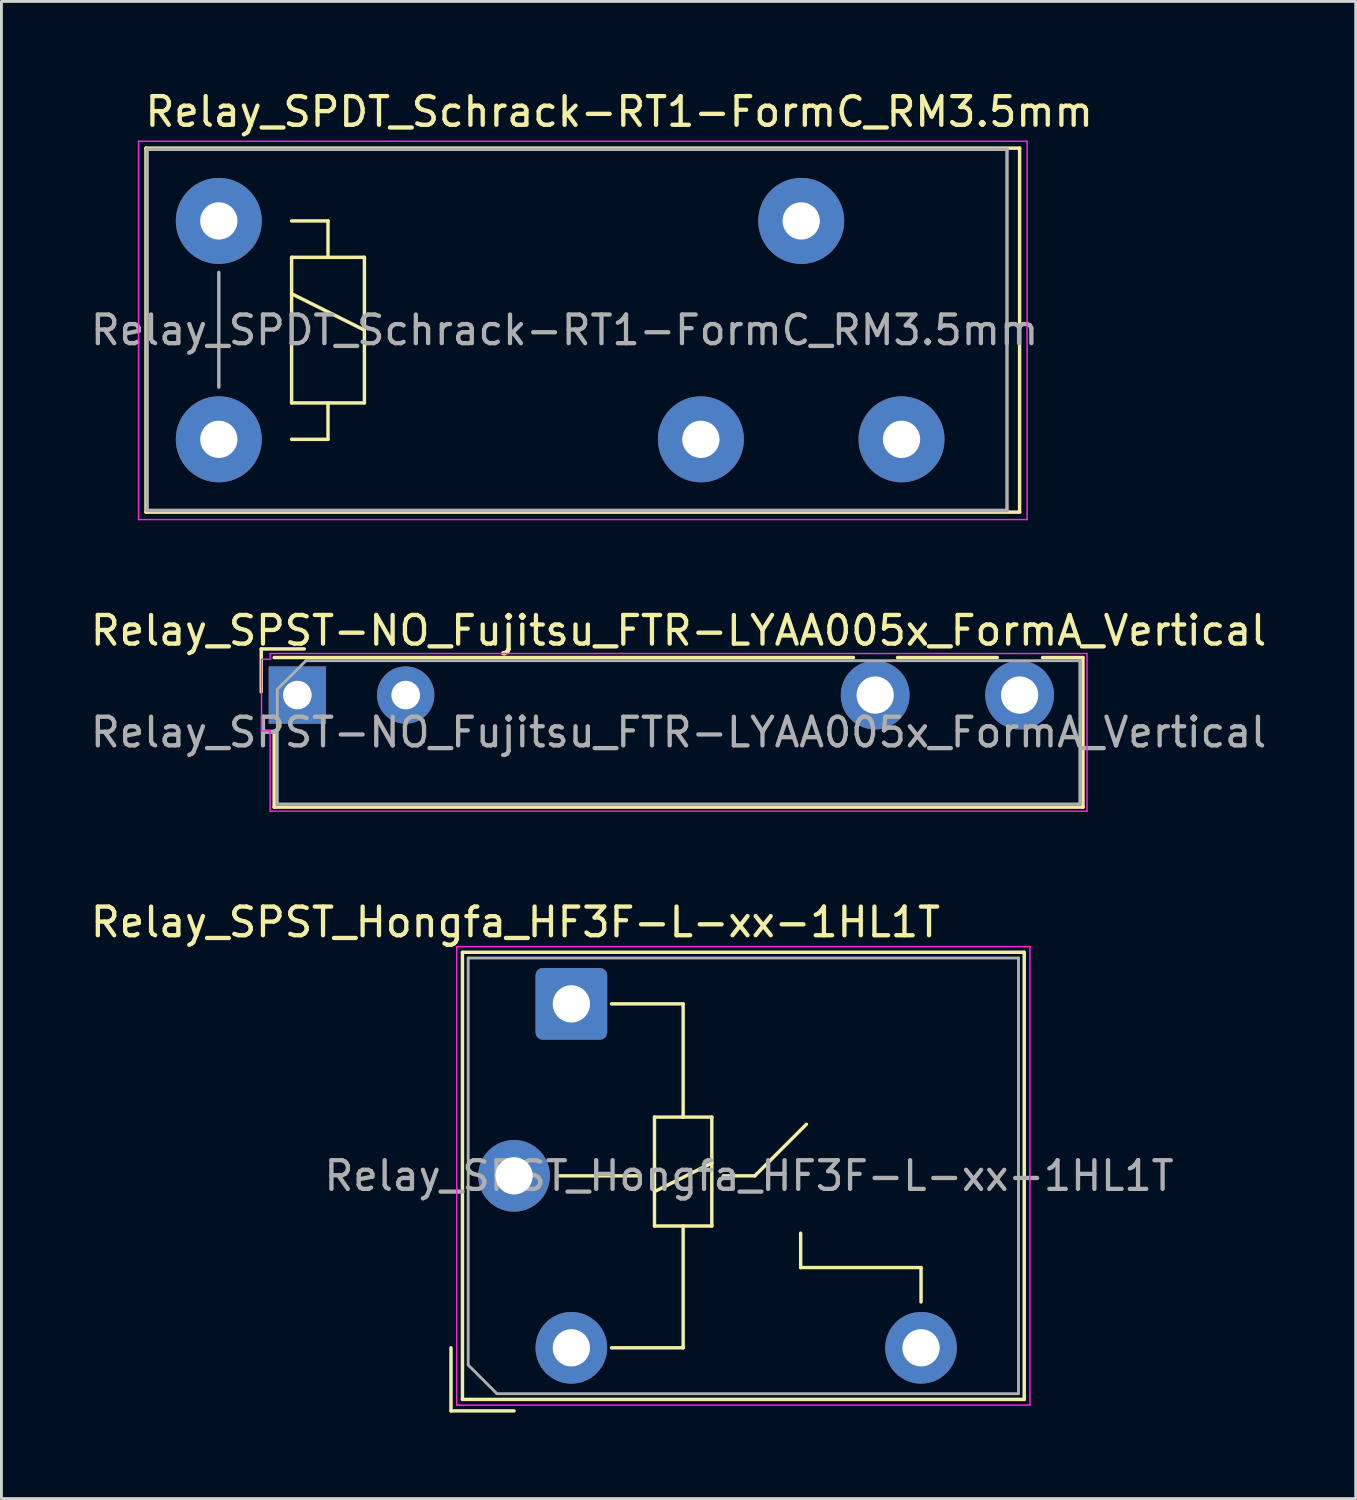
<source format=kicad_pcb>
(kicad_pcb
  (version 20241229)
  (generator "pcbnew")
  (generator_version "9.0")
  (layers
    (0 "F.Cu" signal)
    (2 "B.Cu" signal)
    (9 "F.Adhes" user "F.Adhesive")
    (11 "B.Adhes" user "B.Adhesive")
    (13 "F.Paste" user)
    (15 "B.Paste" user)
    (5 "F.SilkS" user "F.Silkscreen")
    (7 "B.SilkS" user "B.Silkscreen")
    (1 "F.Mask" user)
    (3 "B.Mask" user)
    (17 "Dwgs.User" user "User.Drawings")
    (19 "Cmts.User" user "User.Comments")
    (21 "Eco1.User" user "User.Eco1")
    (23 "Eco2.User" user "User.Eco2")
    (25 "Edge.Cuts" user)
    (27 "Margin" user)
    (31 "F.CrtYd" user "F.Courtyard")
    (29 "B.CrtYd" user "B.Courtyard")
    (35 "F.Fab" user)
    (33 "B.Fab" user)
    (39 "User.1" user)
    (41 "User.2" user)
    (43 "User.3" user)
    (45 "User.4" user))
  (footprint "Relay_SPST_Hongfa_HF3F-L-xx-1HL1T"
    (layer "F.Cu")
    (at 16.885 31.975)
    (property "Reference" "Relay_SPST_Hongfa_HF3F-L-xx-1HL1T" (at -1.95 -2.85 0) (layer "F.SilkS") (effects (font (size 1 1) (thickness 0.15))))
    (attr through_hole)
    (fp_line (start -4.2 12) (end -4.2 14.2) (stroke (width 0.12) (type solid)) (layer "F.SilkS"))
    (fp_line (start -4.2 14.2) (end -2 14.2) (stroke (width 0.12) (type solid)) (layer "F.SilkS"))
    (fp_line (start -3.8 -1.8) (end -3.8 13.8) (stroke (width 0.12) (type solid)) (layer "F.SilkS"))
    (fp_line (start -3.8 13.8) (end 15.8 13.8) (stroke (width 0.12) (type solid)) (layer "F.SilkS"))
    (fp_line (start -0.4 6) (end 2.4 6) (stroke (width 0.12) (type solid)) (layer "F.SilkS"))
    (fp_line (start 2.9 3.95) (end 2.9 7.75) (stroke (width 0.12) (type solid)) (layer "F.SilkS"))
    (fp_line (start 2.9 7.75) (end 4.9 7.75) (stroke (width 0.12) (type solid)) (layer "F.SilkS"))
    (fp_line (start 3.9 0) (end 1.4 0) (stroke (width 0.12) (type solid)) (layer "F.SilkS"))
    (fp_line (start 3.9 3.95) (end 3.9 0) (stroke (width 0.12) (type default)) (layer "F.SilkS"))
    (fp_line (start 3.9 7.75) (end 3.9 12) (stroke (width 0.12) (type default)) (layer "F.SilkS"))
    (fp_line (start 3.9 12) (end 1.4 12) (stroke (width 0.12) (type solid)) (layer "F.SilkS"))
    (fp_line (start 4.9 3.95) (end 2.9 3.95) (stroke (width 0.12) (type solid)) (layer "F.SilkS"))
    (fp_line (start 4.9 5.55) (end 2.9 6.55) (stroke (width 0.12) (type solid)) (layer "F.SilkS"))
    (fp_line (start 4.9 7.75) (end 4.9 3.95) (stroke (width 0.12) (type solid)) (layer "F.SilkS"))
    (fp_line (start 6.4 6) (end 5.3 6) (stroke (width 0.12) (type default)) (layer "F.SilkS"))
    (fp_line (start 6.4 6) (end 8.2 4.2) (stroke (width 0.12) (type solid)) (layer "F.SilkS"))
    (fp_line (start 8 9.2) (end 8 8) (stroke (width 0.12) (type solid)) (layer "F.SilkS"))
    (fp_line (start 12.2 9.2) (end 8 9.2) (stroke (width 0.12) (type solid)) (layer "F.SilkS"))
    (fp_line (start 12.2 10.4) (end 12.2 9.2) (stroke (width 0.12) (type solid)) (layer "F.SilkS"))
    (fp_line (start 15.8 -1.8) (end -3.8 -1.8) (stroke (width 0.12) (type solid)) (layer "F.SilkS"))
    (fp_line (start 15.8 13.8) (end 15.8 -1.8) (stroke (width 0.12) (type solid)) (layer "F.SilkS"))
    (fp_line (start -4 -2) (end -4 14) (stroke (width 0.05) (type solid)) (layer "F.CrtYd"))
    (fp_line (start -4 14) (end 16 14) (stroke (width 0.05) (type solid)) (layer "F.CrtYd"))
    (fp_line (start 16 -2) (end -4 -2) (stroke (width 0.05) (type solid)) (layer "F.CrtYd"))
    (fp_line (start 16 14) (end 16 -2) (stroke (width 0.05) (type solid)) (layer "F.CrtYd"))
    (fp_line (start -3.6 -1.6) (end -3.6 12.6) (stroke (width 0.1) (type solid)) (layer "F.Fab"))
    (fp_line (start -3.6 12.6) (end -2.6 13.6) (stroke (width 0.1) (type solid)) (layer "F.Fab"))
    (fp_line (start -2.6 13.6) (end 15.6 13.6) (stroke (width 0.1) (type solid)) (layer "F.Fab"))
    (fp_line (start 15.6 -1.6) (end -3.6 -1.6) (stroke (width 0.1) (type solid)) (layer "F.Fab"))
    (fp_line (start 15.6 13.6) (end 15.6 -1.6) (stroke (width 0.1) (type solid)) (layer "F.Fab"))
    (fp_text user "${REFERENCE}" (at 6.2 6 0) (layer "F.Fab") (effects (font (size 1 1) (thickness 0.15))))
    (pad "11" thru_hole circle (at -2 6) (size 2.5 2.5) (drill 1.3) (layers "*.Cu" "*.Mask"))
    (pad "14" thru_hole circle (at 12.2 12) (size 2.5 2.5) (drill 1.3) (layers "*.Cu" "*.Mask"))
    (pad "A1" thru_hole roundrect (at 0 0) (size 2.5 2.5) (drill 1.3) (layers "*.Cu" "*.Mask") (roundrect_rratio 0.1))
    (pad "A2" thru_hole circle (at 0 12) (size 2.5 2.5) (drill 1.3) (layers "*.Cu" "*.Mask")))
  (footprint "Relay_SPST-NO_Fujitsu_FTR-LYAA005x_FormA_Vertical"
    (layer "F.Cu")
    (at 7.325 21.201)
    (property "Reference" "Relay_SPST-NO_Fujitsu_FTR-LYAA005x_FormA_Vertical" (at 13.3 -2.25 0) (layer "F.SilkS") (effects (font (size 1 1) (thickness 0.15))))
    (attr through_hole)
    (fp_line (start -1.26 -1.61) (end 0.24 -1.61) (stroke (width 0.12) (type solid)) (layer "F.SilkS"))
    (fp_line (start -1.26 -0.11) (end -1.26 -1.61) (stroke (width 0.12) (type solid)) (layer "F.SilkS"))
    (fp_line (start -0.81 3.91) (end -0.81 1.3) (stroke (width 0.12) (type solid)) (layer "F.SilkS"))
    (fp_line (start -0.81 3.91) (end 27.41 3.91) (stroke (width 0.12) (type solid)) (layer "F.SilkS"))
    (fp_line (start 19.4 -1.31) (end -0.81 -1.31) (stroke (width 0.12) (type solid)) (layer "F.SilkS"))
    (fp_line (start 20.94 -1.31) (end 24.42 -1.31) (stroke (width 0.12) (type solid)) (layer "F.SilkS"))
    (fp_line (start 26 -1.31) (end 27.41 -1.31) (stroke (width 0.12) (type solid)) (layer "F.SilkS"))
    (fp_line (start 27.41 3.91) (end 27.41 -1.31) (stroke (width 0.12) (type solid)) (layer "F.SilkS"))
    (fp_line (start -1.25 -1.25) (end -0.95 -1.25) (stroke (width 0.05) (type solid)) (layer "F.CrtYd"))
    (fp_line (start -1.25 1.25) (end -1.25 -1.25) (stroke (width 0.05) (type solid)) (layer "F.CrtYd"))
    (fp_line (start -1.25 1.25) (end -0.95 1.25) (stroke (width 0.05) (type solid)) (layer "F.CrtYd"))
    (fp_line (start -0.95 -1.45) (end 27.55 -1.45) (stroke (width 0.05) (type solid)) (layer "F.CrtYd"))
    (fp_line (start -0.95 -1.25) (end -0.95 -1.45) (stroke (width 0.05) (type solid)) (layer "F.CrtYd"))
    (fp_line (start -0.95 4.05) (end -0.95 1.25) (stroke (width 0.05) (type solid)) (layer "F.CrtYd"))
    (fp_line (start 27.55 -1.45) (end 27.55 4.05) (stroke (width 0.05) (type solid)) (layer "F.CrtYd"))
    (fp_line (start 27.55 4.05) (end -0.95 4.05) (stroke (width 0.05) (type solid)) (layer "F.CrtYd"))
    (fp_line (start -0.7 -0.2) (end -0.7 3.8) (stroke (width 0.1) (type solid)) (layer "F.Fab"))
    (fp_line (start -0.7 3.8) (end 27.3 3.8) (stroke (width 0.1) (type solid)) (layer "F.Fab"))
    (fp_line (start 0.3 -1.2) (end -0.7 -0.2) (stroke (width 0.1) (type solid)) (layer "F.Fab"))
    (fp_line (start 27.3 -1.2) (end 0.3 -1.2) (stroke (width 0.1) (type solid)) (layer "F.Fab"))
    (fp_line (start 27.3 3.8) (end 27.3 -1.2) (stroke (width 0.1) (type solid)) (layer "F.Fab"))
    (fp_text user "${REFERENCE}" (at 13.3 1.3 0) (unlocked yes) (layer "F.Fab") (effects (font (size 1 1) (thickness 0.15))))
    (pad "13" thru_hole circle (at 20.16 0) (size 2.4 2.4) (drill 1.3) (layers "*.Cu" "*.Mask"))
    (pad "14" thru_hole circle (at 25.2 0) (size 2.4 2.4) (drill 1.3) (layers "*.Cu" "*.Mask"))
    (pad "A1" thru_hole rect (at 0 0) (size 2 2) (drill 1) (layers "*.Cu" "*.Mask"))
    (pad "A2" thru_hole circle (at 3.78 0) (size 2 2) (drill 1) (layers "*.Cu" "*.Mask")))
  (footprint "Relay_SPDT_Schrack-RT1-FormC_RM3.5mm"
    (layer "F.Cu")
    (at 4.584 4.658)
    (property "Reference" "Relay_SPDT_Schrack-RT1-FormC_RM3.5mm" (at 13.97 -3.81 0) (layer "F.SilkS") (effects (font (size 1 1) (thickness 0.15))))
    (attr through_hole)
    (fp_line (start -2.54 -2.54) (end 27.94 -2.54) (stroke (width 0.12) (type solid)) (layer "F.SilkS"))
    (fp_line (start -2.54 10.16) (end -2.54 -2.54) (stroke (width 0.12) (type solid)) (layer "F.SilkS"))
    (fp_line (start 2.54 0) (end 3.81 0) (stroke (width 0.12) (type solid)) (layer "F.SilkS"))
    (fp_line (start 2.54 1.27) (end 3.81 1.27) (stroke (width 0.12) (type solid)) (layer "F.SilkS"))
    (fp_line (start 2.54 2.54) (end 5.08 3.81) (stroke (width 0.12) (type solid)) (layer "F.SilkS"))
    (fp_line (start 2.54 6.35) (end 2.54 1.27) (stroke (width 0.12) (type solid)) (layer "F.SilkS"))
    (fp_line (start 3.81 0) (end 3.81 1.27) (stroke (width 0.12) (type solid)) (layer "F.SilkS"))
    (fp_line (start 3.81 1.27) (end 5.08 1.27) (stroke (width 0.12) (type solid)) (layer "F.SilkS"))
    (fp_line (start 3.81 6.35) (end 3.81 7.62) (stroke (width 0.12) (type solid)) (layer "F.SilkS"))
    (fp_line (start 3.81 7.62) (end 2.54 7.62) (stroke (width 0.12) (type solid)) (layer "F.SilkS"))
    (fp_line (start 5.08 1.27) (end 5.08 6.35) (stroke (width 0.12) (type solid)) (layer "F.SilkS"))
    (fp_line (start 5.08 6.35) (end 2.54 6.35) (stroke (width 0.12) (type solid)) (layer "F.SilkS"))
    (fp_line (start 27.94 -2.54) (end 27.94 10.16) (stroke (width 0.12) (type solid)) (layer "F.SilkS"))
    (fp_line (start 27.94 10.16) (end -2.54 10.16) (stroke (width 0.12) (type solid)) (layer "F.SilkS"))
    (fp_line (start -2.8 -2.78) (end 28.2 -2.78) (stroke (width 0.05) (type solid)) (layer "F.CrtYd"))
    (fp_line (start -2.8 10.42) (end -2.8 -2.78) (stroke (width 0.05) (type solid)) (layer "F.CrtYd"))
    (fp_line (start 28.2 -2.78) (end 28.2 10.42) (stroke (width 0.05) (type solid)) (layer "F.CrtYd"))
    (fp_line (start 28.2 10.42) (end -2.8 10.42) (stroke (width 0.05) (type solid)) (layer "F.CrtYd"))
    (fp_line (start -2.5 -2.5) (end 27.5 -2.5) (stroke (width 0.12) (type solid)) (layer "F.Fab"))
    (fp_line (start -2.5 10.1) (end -2.5 -2.5) (stroke (width 0.12) (type solid)) (layer "F.Fab"))
    (fp_line (start 0 1.8) (end 0 5.8) (stroke (width 0.12) (type solid)) (layer "F.Fab"))
    (fp_line (start 27.5 -2.5) (end 27.5 10.1) (stroke (width 0.12) (type solid)) (layer "F.Fab"))
    (fp_line (start 27.5 10.1) (end -2.5 10.1) (stroke (width 0.12) (type solid)) (layer "F.Fab"))
    (fp_text user "${REFERENCE}" (at 12.065 3.81 0) (layer "F.Fab") (effects (font (size 1 1) (thickness 0.15))))
    (pad "11" thru_hole circle (at 20.32 0) (size 3 3) (drill 1.3) (layers "*.Cu" "*.Mask"))
    (pad "12" thru_hole circle (at 16.82 7.62) (size 3 3) (drill 1.3) (layers "*.Cu" "*.Mask"))
    (pad "14" thru_hole circle (at 23.82 7.62) (size 3 3) (drill 1.3) (layers "*.Cu" "*.Mask"))
    (pad "A1" thru_hole circle (at 0 0) (size 3 3) (drill 1.3) (layers "*.Cu" "*.Mask"))
    (pad "A2" thru_hole circle (at 0 7.62) (size 3 3) (drill 1.3) (layers "*.Cu" "*.Mask")))
  (gr_rect
    (start -3 -3)
    (end 44.25 49.235)
    (stroke (width 0.1) (type default))
    (fill no)
    (layer "Edge.Cuts")))
</source>
